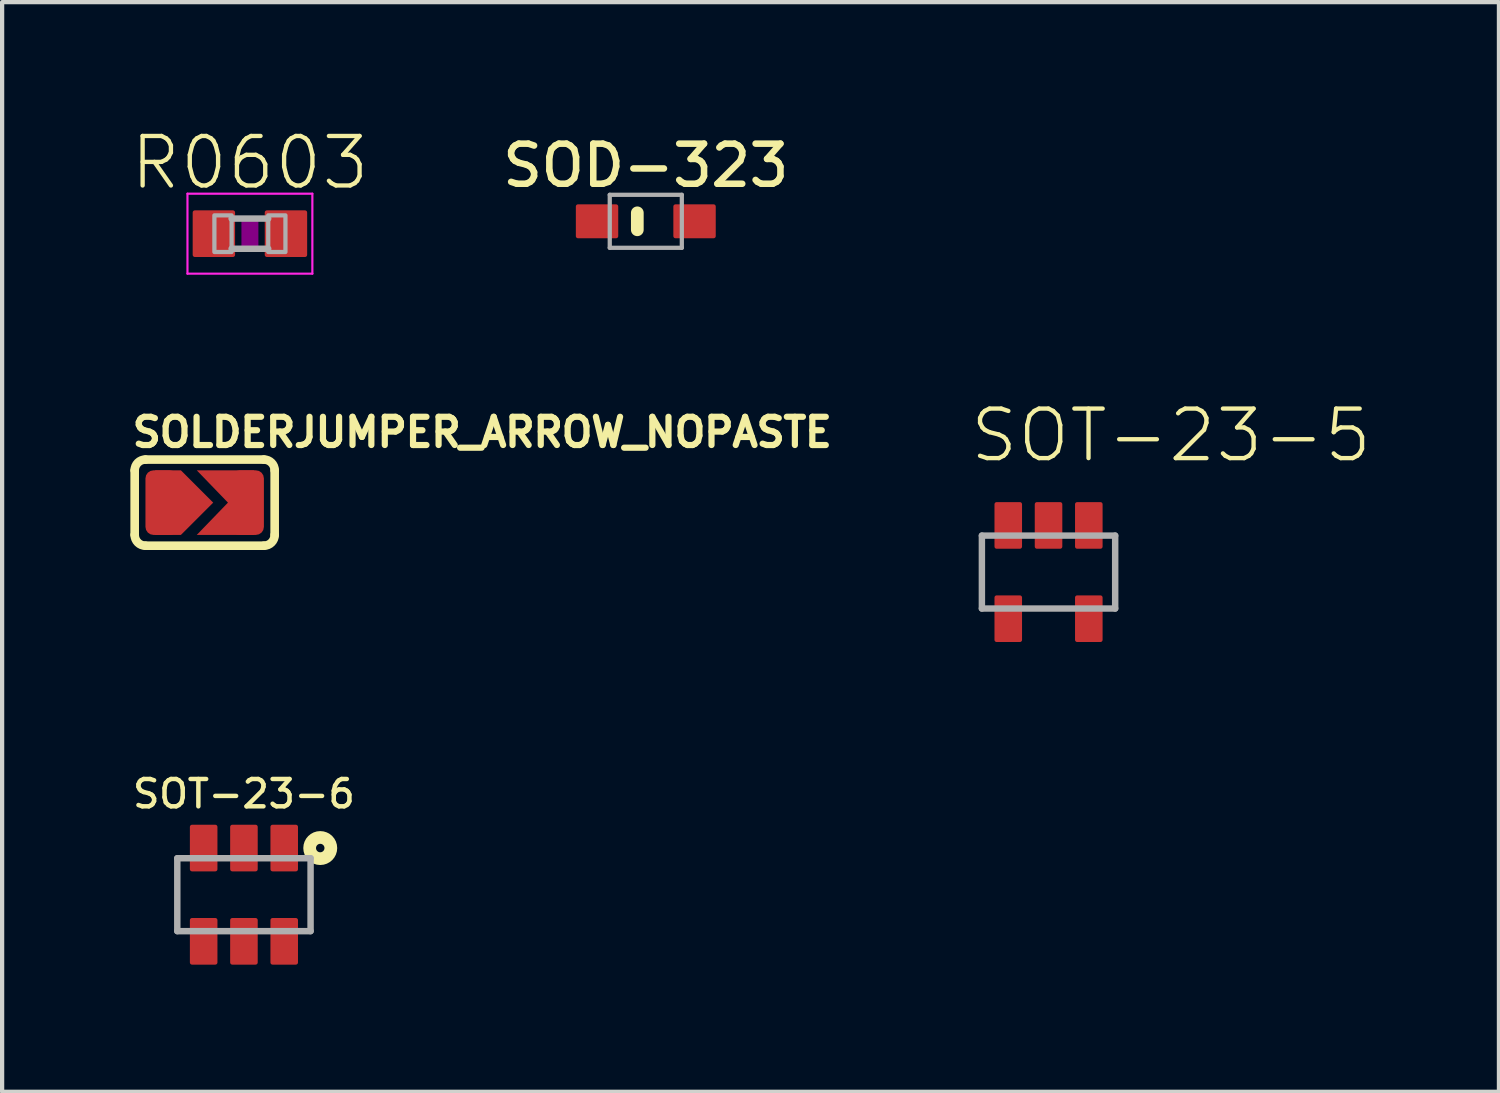
<source format=kicad_pcb>
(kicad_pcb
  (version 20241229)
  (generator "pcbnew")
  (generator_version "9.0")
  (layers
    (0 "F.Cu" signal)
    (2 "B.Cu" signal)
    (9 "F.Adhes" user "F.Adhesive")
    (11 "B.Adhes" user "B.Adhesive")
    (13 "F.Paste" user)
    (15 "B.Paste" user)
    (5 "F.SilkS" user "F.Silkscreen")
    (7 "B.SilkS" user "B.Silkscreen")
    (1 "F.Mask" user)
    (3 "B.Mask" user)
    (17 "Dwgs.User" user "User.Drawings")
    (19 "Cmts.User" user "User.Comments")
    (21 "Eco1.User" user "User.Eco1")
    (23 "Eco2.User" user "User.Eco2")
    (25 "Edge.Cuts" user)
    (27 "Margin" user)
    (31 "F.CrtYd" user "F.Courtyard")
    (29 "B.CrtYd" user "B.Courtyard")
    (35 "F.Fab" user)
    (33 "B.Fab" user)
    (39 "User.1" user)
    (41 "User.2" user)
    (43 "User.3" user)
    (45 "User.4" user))
  (footprint "SOT-23-5"
    (layer "F.Cu")
    (at 21.683 10.444)
    (property "Reference" "SOT-23-5" (at -1.905 -2.54 0) (layer "F.SilkS") (effects (font (size 1.168 1.168) (thickness 0.102)) (justify left bottom)))
    (fp_line (start -1.572 -0.86) (end 1.572 -0.86) (stroke (width 0.152) (type solid)) (layer "F.Fab"))
    (fp_line (start -1.572 0.86) (end -1.572 -0.86) (stroke (width 0.152) (type solid)) (layer "F.Fab"))
    (fp_line (start 1.572 -0.86) (end 1.572 0.86) (stroke (width 0.152) (type solid)) (layer "F.Fab"))
    (fp_line (start 1.572 0.86) (end -1.572 0.86) (stroke (width 0.152) (type solid)) (layer "F.Fab"))
    (pad "1" smd roundrect (at 0.95 -1.1) (size 0.65 1.1) (layers "F.Cu" "F.Mask" "F.Paste") (roundrect_rratio 0.077))
    (pad "2" smd roundrect (at 0 -1.1) (size 0.65 1.1) (layers "F.Cu" "F.Mask" "F.Paste") (roundrect_rratio 0.077))
    (pad "3" smd roundrect (at -0.95 -1.1) (size 0.65 1.1) (layers "F.Cu" "F.Mask" "F.Paste") (roundrect_rratio 0.077))
    (pad "4" smd roundrect (at -0.95 1.1) (size 0.65 1.1) (layers "F.Cu" "F.Mask" "F.Paste") (roundrect_rratio 0.077))
    (pad "5" smd roundrect (at 0.95 1.1) (size 0.65 1.1) (layers "F.Cu" "F.Mask" "F.Paste") (roundrect_rratio 0.077)))
  (footprint "SOD-323"
    (layer "F.Cu")
    (at 12.183 2.17)
    (property "Reference" "SOD-323" (at 0 -0.762 0) (layer "F.SilkS") (effects (font (size 0.946 0.946) (thickness 0.154)) (justify bottom)))
    (fp_line (start -0.2 -0.2) (end -0.2 0.2) (stroke (width 0.3) (type solid)) (layer "F.SilkS"))
    (fp_line (start -0.85 -0.625) (end 0.85 -0.625) (stroke (width 0.1) (type solid)) (layer "F.Fab"))
    (fp_line (start -0.85 0.625) (end -0.85 -0.625) (stroke (width 0.1) (type solid)) (layer "F.Fab"))
    (fp_line (start 0.85 -0.625) (end 0.85 0.625) (stroke (width 0.1) (type solid)) (layer "F.Fab"))
    (fp_line (start 0.85 0.625) (end -0.85 0.625) (stroke (width 0.1) (type solid)) (layer "F.Fab"))
    (pad "A" smd roundrect (at 1.15 0) (size 1 0.8) (layers "F.Cu" "F.Mask" "F.Paste") (roundrect_rratio 0.062))
    (pad "C" smd roundrect (at -1.15 0) (size 1 0.8) (layers "F.Cu" "F.Mask" "F.Paste") (roundrect_rratio 0.062)))
  (footprint "SOLDERJUMPER_ARROW_NOPASTE"
    (layer "F.Cu")
    (at 1.778 8.806)
    (property "Reference" "SOLDERJUMPER_ARROW_NOPASTE" (at -1.778 -1.27 0) (layer "F.SilkS") (effects (font (size 0.666 0.666) (thickness 0.146)) (justify left bottom)))
    (fp_poly (pts (xy 0.201 0) (xy -0.561 0.762) (xy -1.168 0.762) (xy -1.168 -0.762) (xy -0.561 -0.762)) (stroke (width 0) (type default)) (fill yes) (layer "F.Cu"))
    (fp_poly (pts (xy 1.168 0.762) (xy -0.187 0.762) (xy 0.549 0) (xy -0.187 -0.762) (xy 1.168 -0.762)) (stroke (width 0) (type default)) (fill yes) (layer "F.Cu"))
    (fp_poly (pts (xy -1.46 0.826) (xy 1.46 0.826) (xy 1.46 -0.826) (xy -1.46 -0.826)) (stroke (width 0) (type default)) (fill yes) (layer "F.Mask"))
    (fp_line (start -1.651 0.762) (end -1.651 -0.762) (stroke (width 0.203) (type solid)) (layer "F.SilkS"))
    (fp_line (start -1.397 -1.016) (end 1.397 -1.016) (stroke (width 0.203) (type solid)) (layer "F.SilkS"))
    (fp_line (start 1.397 1.016) (end -1.397 1.016) (stroke (width 0.203) (type solid)) (layer "F.SilkS"))
    (fp_line (start 1.651 0.762) (end 1.651 -0.762) (stroke (width 0.203) (type solid)) (layer "F.SilkS"))
    (fp_arc (start -1.651 -0.762) (mid -1.576605 -0.941605) (end -1.397 -1.016) (stroke (width 0.2032) (type solid)) (layer "F.SilkS"))
    (fp_arc (start -1.397 1.016) (mid -1.576605 0.941605) (end -1.651 0.762) (stroke (width 0.2032) (type solid)) (layer "F.SilkS"))
    (fp_arc (start 1.397 -1.016) (mid 1.576605 -0.941605) (end 1.651 -0.762) (stroke (width 0.2032) (type solid)) (layer "F.SilkS"))
    (fp_arc (start 1.651 0.762) (mid 1.576605 0.941605) (end 1.397 1.016) (stroke (width 0.2032) (type solid)) (layer "F.SilkS"))
    (pad "1" smd roundrect (at -1.016 0) (size 0.762 1.524) (layers "F.Cu") (roundrect_rratio 0.25))
    (pad "2" smd roundrect (at 1.016 0) (size 0.762 1.524) (layers "F.Cu") (roundrect_rratio 0.25)))
  (footprint "SOT-23-6"
    (layer "F.Cu")
    (at 2.704 18.054)
    (property "Reference" "SOT-23-6" (at 0 -2 0) (layer "F.SilkS") (effects (font (size 0.645 0.645) (thickness 0.105)) (justify bottom)))
    (fp_circle (center 1.8 -1.1) (end 1.9 -1.1) (stroke (width 0.3) (type solid)) (fill no) (layer "F.SilkS"))
    (fp_line (start -1.572 -0.86) (end 1.572 -0.86) (stroke (width 0.152) (type solid)) (layer "F.Fab"))
    (fp_line (start -1.572 0.86) (end -1.572 -0.86) (stroke (width 0.152) (type solid)) (layer "F.Fab"))
    (fp_line (start 1.572 -0.86) (end 1.572 0.86) (stroke (width 0.152) (type solid)) (layer "F.Fab"))
    (fp_line (start 1.572 0.86) (end -1.572 0.86) (stroke (width 0.152) (type solid)) (layer "F.Fab"))
    (pad "1" smd roundrect (at 0.95 -1.1) (size 0.65 1.1) (layers "F.Cu" "F.Mask" "F.Paste") (roundrect_rratio 0.077))
    (pad "2" smd roundrect (at 0 -1.1) (size 0.65 1.1) (layers "F.Cu" "F.Mask" "F.Paste") (roundrect_rratio 0.077))
    (pad "3" smd roundrect (at -0.95 -1.1) (size 0.65 1.1) (layers "F.Cu" "F.Mask" "F.Paste") (roundrect_rratio 0.077))
    (pad "4" smd roundrect (at -0.95 1.1) (size 0.65 1.1) (layers "F.Cu" "F.Mask" "F.Paste") (roundrect_rratio 0.077))
    (pad "5" smd roundrect (at 0 1.1) (size 0.65 1.1) (layers "F.Cu" "F.Mask" "F.Paste") (roundrect_rratio 0.077))
    (pad "6" smd roundrect (at 0.95 1.1) (size 0.65 1.1) (layers "F.Cu" "F.Mask" "F.Paste") (roundrect_rratio 0.077)))
  (footprint "R0603"
    (layer "F.Cu")
    (at 2.845 2.462)
    (property "Reference" "R0603" (at 0 -0.989 0) (layer "F.SilkS") (effects (font (size 1.168 1.168) (thickness 0.102)) (justify bottom)))
    (fp_poly (pts (xy -0.2 0.4) (xy 0.2 0.4) (xy 0.2 -0.4) (xy -0.2 -0.4)) (stroke (width 0) (type default)) (fill yes) (layer "F.Adhes"))
    (fp_line (start -1.473 -0.943) (end 1.473 -0.943) (stroke (width 0.051) (type solid)) (layer "F.CrtYd"))
    (fp_line (start -1.473 0.943) (end -1.473 -0.943) (stroke (width 0.051) (type solid)) (layer "F.CrtYd"))
    (fp_line (start 1.473 -0.943) (end 1.473 0.943) (stroke (width 0.051) (type solid)) (layer "F.CrtYd"))
    (fp_line (start 1.473 0.943) (end -1.473 0.943) (stroke (width 0.051) (type solid)) (layer "F.CrtYd"))
    (fp_line (start -0.432 0.356) (end 0.432 0.356) (stroke (width 0.152) (type solid)) (layer "F.Fab"))
    (fp_line (start 0.432 -0.356) (end -0.432 -0.356) (stroke (width 0.152) (type solid)) (layer "F.Fab"))
    (fp_poly (pts (xy -0.838 0.432) (xy -0.432 0.432) (xy -0.432 -0.432) (xy -0.838 -0.432)) (stroke (width 0.1) (type default)) (fill no) (layer "F.Fab"))
    (fp_poly (pts (xy 0.432 0.432) (xy 0.838 0.432) (xy 0.838 -0.432) (xy 0.432 -0.432)) (stroke (width 0.1) (type default)) (fill no) (layer "F.Fab"))
    (pad "1" smd roundrect (at -0.85 0) (size 1 1.1) (layers "F.Cu" "F.Mask" "F.Paste") (roundrect_rratio 0.05))
    (pad "2" smd roundrect (at 0.85 0) (size 1 1.1) (layers "F.Cu" "F.Mask" "F.Paste") (roundrect_rratio 0.05)))
  (gr_rect
    (start -3 -3)
    (end 32.307 22.704)
    (stroke (width 0.1) (type default))
    (fill no)
    (layer "Edge.Cuts")))
</source>
